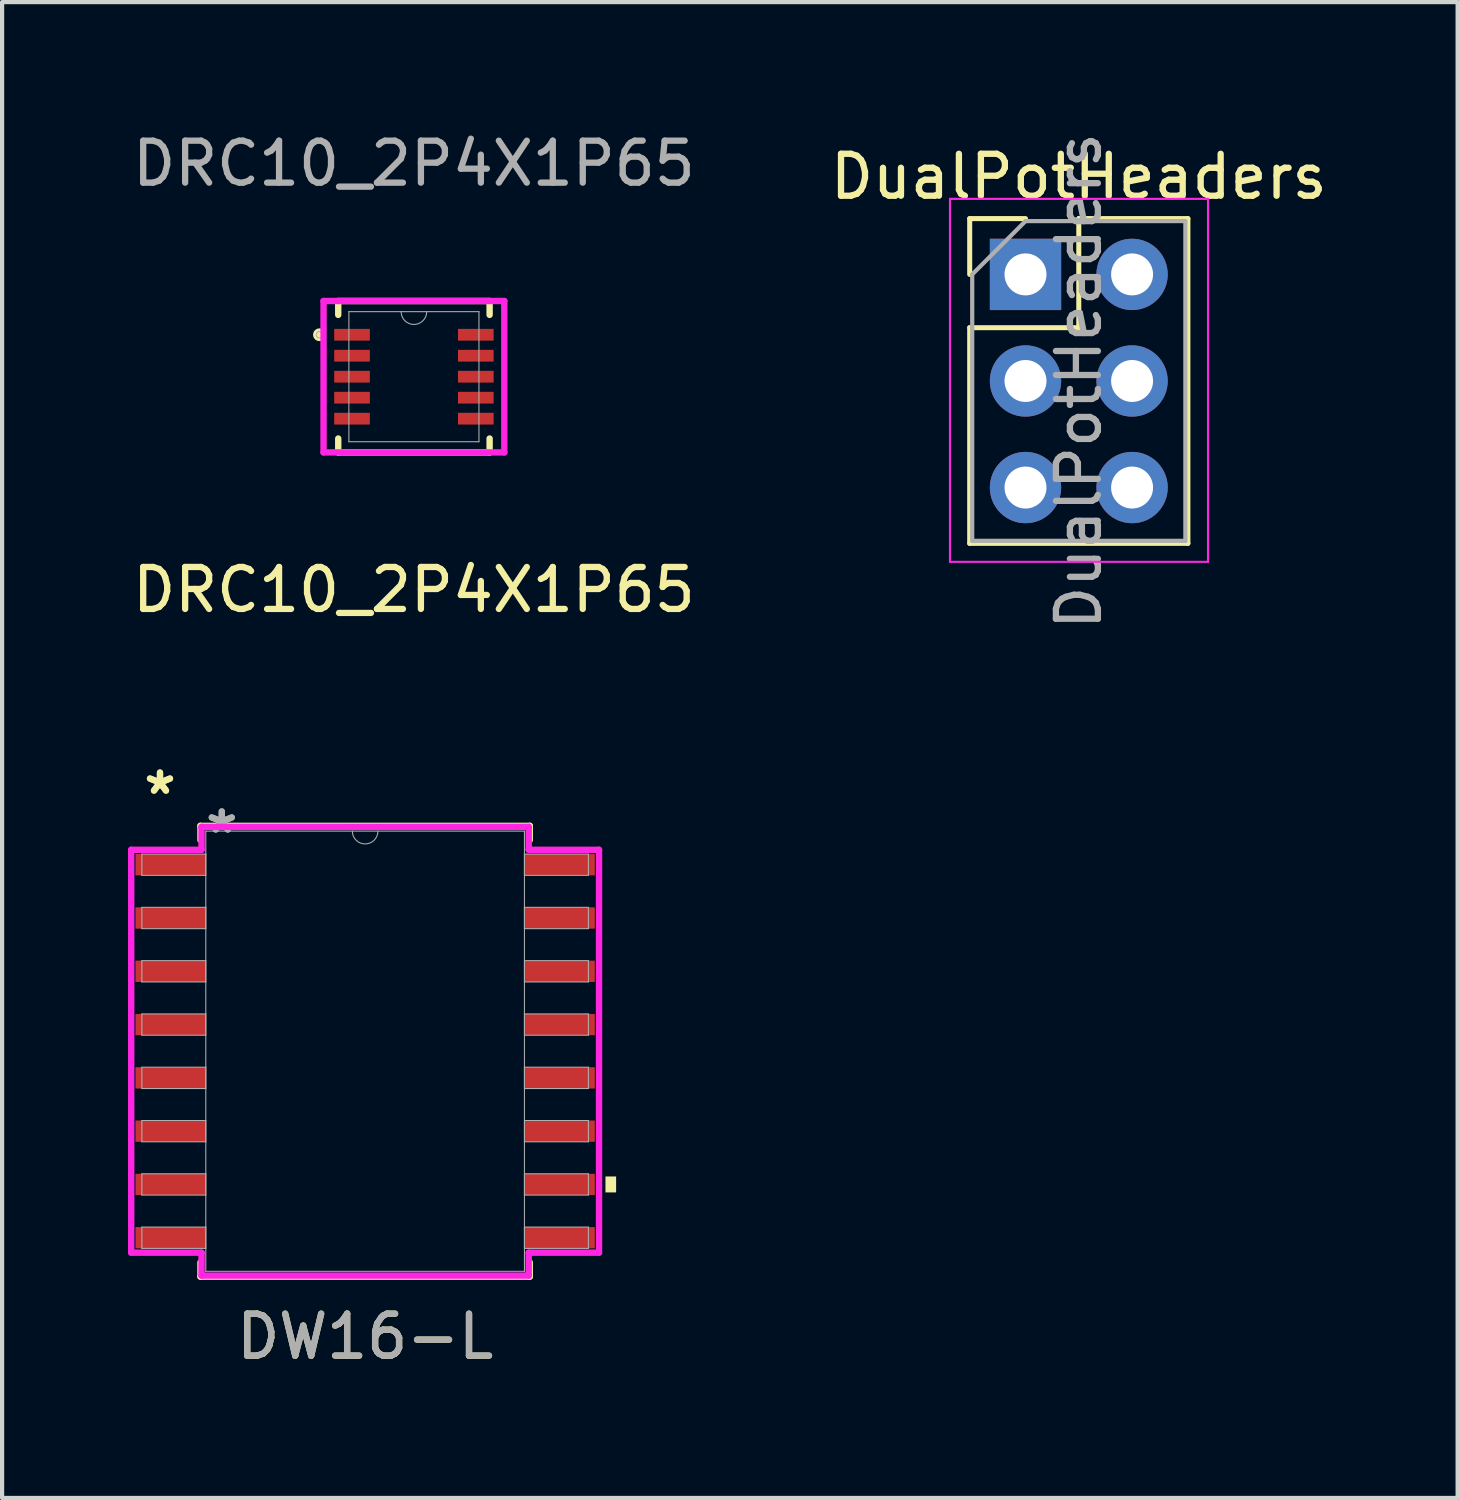
<source format=kicad_pcb>
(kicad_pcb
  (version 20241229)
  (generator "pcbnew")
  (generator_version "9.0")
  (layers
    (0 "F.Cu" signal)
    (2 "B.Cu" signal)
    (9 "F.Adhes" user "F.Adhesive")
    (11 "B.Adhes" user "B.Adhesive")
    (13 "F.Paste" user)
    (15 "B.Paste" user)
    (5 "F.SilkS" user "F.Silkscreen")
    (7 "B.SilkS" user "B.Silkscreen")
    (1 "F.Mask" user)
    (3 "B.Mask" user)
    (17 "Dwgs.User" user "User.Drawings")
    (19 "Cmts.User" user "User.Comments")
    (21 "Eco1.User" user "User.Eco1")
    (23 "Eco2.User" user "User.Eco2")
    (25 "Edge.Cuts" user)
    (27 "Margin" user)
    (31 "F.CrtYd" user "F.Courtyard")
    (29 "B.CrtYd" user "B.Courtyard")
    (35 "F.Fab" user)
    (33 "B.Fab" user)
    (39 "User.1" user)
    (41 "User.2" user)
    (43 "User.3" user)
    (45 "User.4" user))
  (footprint "DW16-L"
    (layer "F.Cu")
    (at 5.652 22.004)
    (property "Reference" "DW16-L" (at 0 6.8 0) (unlocked yes) (layer "F.SilkS") (effects (font (size 1 1) (thickness 0.15))))
    (attr smd)
    (fp_line (start -3.924 -5.372) (end -3.924 -5.032) (stroke (width 0.152) (type solid)) (layer "F.SilkS"))
    (fp_line (start -3.924 5.032) (end -3.924 5.372) (stroke (width 0.152) (type solid)) (layer "F.SilkS"))
    (fp_line (start -3.924 5.372) (end 3.924 5.372) (stroke (width 0.152) (type solid)) (layer "F.SilkS"))
    (fp_line (start 3.924 -5.372) (end -3.924 -5.372) (stroke (width 0.152) (type solid)) (layer "F.SilkS"))
    (fp_line (start 3.924 -5.032) (end 3.924 -5.372) (stroke (width 0.152) (type solid)) (layer "F.SilkS"))
    (fp_line (start 3.924 5.372) (end 3.924 5.032) (stroke (width 0.152) (type solid)) (layer "F.SilkS"))
    (fp_poly (pts (xy 5.982 2.985) (xy 5.982 3.365) (xy 5.728 3.365) (xy 5.728 2.985)) (stroke (width 0) (type solid)) (fill yes) (layer "F.SilkS"))
    (fp_line (start -5.575 -4.801) (end -3.899 -4.801) (stroke (width 0.152) (type solid)) (layer "F.CrtYd"))
    (fp_line (start -5.575 4.801) (end -5.575 -4.801) (stroke (width 0.152) (type solid)) (layer "F.CrtYd"))
    (fp_line (start -5.575 4.801) (end -3.899 4.801) (stroke (width 0.152) (type solid)) (layer "F.CrtYd"))
    (fp_line (start -3.899 -5.347) (end 3.899 -5.347) (stroke (width 0.152) (type solid)) (layer "F.CrtYd"))
    (fp_line (start -3.899 -4.801) (end -3.899 -5.347) (stroke (width 0.152) (type solid)) (layer "F.CrtYd"))
    (fp_line (start -3.899 5.347) (end -3.899 4.801) (stroke (width 0.152) (type solid)) (layer "F.CrtYd"))
    (fp_line (start 3.899 -5.347) (end 3.899 -4.801) (stroke (width 0.152) (type solid)) (layer "F.CrtYd"))
    (fp_line (start 3.899 4.801) (end 3.899 5.347) (stroke (width 0.152) (type solid)) (layer "F.CrtYd"))
    (fp_line (start 3.899 5.347) (end -3.899 5.347) (stroke (width 0.152) (type solid)) (layer "F.CrtYd"))
    (fp_line (start 5.575 -4.801) (end 3.899 -4.801) (stroke (width 0.152) (type solid)) (layer "F.CrtYd"))
    (fp_line (start 5.575 -4.801) (end 5.575 4.801) (stroke (width 0.152) (type solid)) (layer "F.CrtYd"))
    (fp_line (start 5.575 4.801) (end 3.899 4.801) (stroke (width 0.152) (type solid)) (layer "F.CrtYd"))
    (fp_line (start -5.321 -4.699) (end -5.321 -4.191) (stroke (width 0.025) (type solid)) (layer "F.Fab"))
    (fp_line (start -5.321 -4.191) (end -3.797 -4.191) (stroke (width 0.025) (type solid)) (layer "F.Fab"))
    (fp_line (start -5.321 -3.429) (end -5.321 -2.921) (stroke (width 0.025) (type solid)) (layer "F.Fab"))
    (fp_line (start -5.321 -2.921) (end -3.797 -2.921) (stroke (width 0.025) (type solid)) (layer "F.Fab"))
    (fp_line (start -5.321 -2.159) (end -5.321 -1.651) (stroke (width 0.025) (type solid)) (layer "F.Fab"))
    (fp_line (start -5.321 -1.651) (end -3.797 -1.651) (stroke (width 0.025) (type solid)) (layer "F.Fab"))
    (fp_line (start -5.321 -0.889) (end -5.321 -0.381) (stroke (width 0.025) (type solid)) (layer "F.Fab"))
    (fp_line (start -5.321 -0.381) (end -3.797 -0.381) (stroke (width 0.025) (type solid)) (layer "F.Fab"))
    (fp_line (start -5.321 0.381) (end -5.321 0.889) (stroke (width 0.025) (type solid)) (layer "F.Fab"))
    (fp_line (start -5.321 0.889) (end -3.797 0.889) (stroke (width 0.025) (type solid)) (layer "F.Fab"))
    (fp_line (start -5.321 1.651) (end -5.321 2.159) (stroke (width 0.025) (type solid)) (layer "F.Fab"))
    (fp_line (start -5.321 2.159) (end -3.797 2.159) (stroke (width 0.025) (type solid)) (layer "F.Fab"))
    (fp_line (start -5.321 2.921) (end -5.321 3.429) (stroke (width 0.025) (type solid)) (layer "F.Fab"))
    (fp_line (start -5.321 3.429) (end -3.797 3.429) (stroke (width 0.025) (type solid)) (layer "F.Fab"))
    (fp_line (start -5.321 4.191) (end -5.321 4.699) (stroke (width 0.025) (type solid)) (layer "F.Fab"))
    (fp_line (start -5.321 4.699) (end -3.797 4.699) (stroke (width 0.025) (type solid)) (layer "F.Fab"))
    (fp_line (start -3.797 -5.245) (end -3.797 5.245) (stroke (width 0.025) (type solid)) (layer "F.Fab"))
    (fp_line (start -3.797 -4.699) (end -5.321 -4.699) (stroke (width 0.025) (type solid)) (layer "F.Fab"))
    (fp_line (start -3.797 -4.191) (end -3.797 -4.699) (stroke (width 0.025) (type solid)) (layer "F.Fab"))
    (fp_line (start -3.797 -3.429) (end -5.321 -3.429) (stroke (width 0.025) (type solid)) (layer "F.Fab"))
    (fp_line (start -3.797 -2.921) (end -3.797 -3.429) (stroke (width 0.025) (type solid)) (layer "F.Fab"))
    (fp_line (start -3.797 -2.159) (end -5.321 -2.159) (stroke (width 0.025) (type solid)) (layer "F.Fab"))
    (fp_line (start -3.797 -1.651) (end -3.797 -2.159) (stroke (width 0.025) (type solid)) (layer "F.Fab"))
    (fp_line (start -3.797 -0.889) (end -5.321 -0.889) (stroke (width 0.025) (type solid)) (layer "F.Fab"))
    (fp_line (start -3.797 -0.381) (end -3.797 -0.889) (stroke (width 0.025) (type solid)) (layer "F.Fab"))
    (fp_line (start -3.797 0.381) (end -5.321 0.381) (stroke (width 0.025) (type solid)) (layer "F.Fab"))
    (fp_line (start -3.797 0.889) (end -3.797 0.381) (stroke (width 0.025) (type solid)) (layer "F.Fab"))
    (fp_line (start -3.797 1.651) (end -5.321 1.651) (stroke (width 0.025) (type solid)) (layer "F.Fab"))
    (fp_line (start -3.797 2.159) (end -3.797 1.651) (stroke (width 0.025) (type solid)) (layer "F.Fab"))
    (fp_line (start -3.797 2.921) (end -5.321 2.921) (stroke (width 0.025) (type solid)) (layer "F.Fab"))
    (fp_line (start -3.797 3.429) (end -3.797 2.921) (stroke (width 0.025) (type solid)) (layer "F.Fab"))
    (fp_line (start -3.797 4.191) (end -5.321 4.191) (stroke (width 0.025) (type solid)) (layer "F.Fab"))
    (fp_line (start -3.797 4.699) (end -3.797 4.191) (stroke (width 0.025) (type solid)) (layer "F.Fab"))
    (fp_line (start -3.797 5.245) (end 3.797 5.245) (stroke (width 0.025) (type solid)) (layer "F.Fab"))
    (fp_line (start 3.797 -5.245) (end -3.797 -5.245) (stroke (width 0.025) (type solid)) (layer "F.Fab"))
    (fp_line (start 3.797 -4.699) (end 3.797 -4.191) (stroke (width 0.025) (type solid)) (layer "F.Fab"))
    (fp_line (start 3.797 -4.191) (end 5.321 -4.191) (stroke (width 0.025) (type solid)) (layer "F.Fab"))
    (fp_line (start 3.797 -3.429) (end 3.797 -2.921) (stroke (width 0.025) (type solid)) (layer "F.Fab"))
    (fp_line (start 3.797 -2.921) (end 5.321 -2.921) (stroke (width 0.025) (type solid)) (layer "F.Fab"))
    (fp_line (start 3.797 -2.159) (end 3.797 -1.651) (stroke (width 0.025) (type solid)) (layer "F.Fab"))
    (fp_line (start 3.797 -1.651) (end 5.321 -1.651) (stroke (width 0.025) (type solid)) (layer "F.Fab"))
    (fp_line (start 3.797 -0.889) (end 3.797 -0.381) (stroke (width 0.025) (type solid)) (layer "F.Fab"))
    (fp_line (start 3.797 -0.381) (end 5.321 -0.381) (stroke (width 0.025) (type solid)) (layer "F.Fab"))
    (fp_line (start 3.797 0.381) (end 3.797 0.889) (stroke (width 0.025) (type solid)) (layer "F.Fab"))
    (fp_line (start 3.797 0.889) (end 5.321 0.889) (stroke (width 0.025) (type solid)) (layer "F.Fab"))
    (fp_line (start 3.797 1.651) (end 3.797 2.159) (stroke (width 0.025) (type solid)) (layer "F.Fab"))
    (fp_line (start 3.797 2.159) (end 5.321 2.159) (stroke (width 0.025) (type solid)) (layer "F.Fab"))
    (fp_line (start 3.797 2.921) (end 3.797 3.429) (stroke (width 0.025) (type solid)) (layer "F.Fab"))
    (fp_line (start 3.797 3.429) (end 5.321 3.429) (stroke (width 0.025) (type solid)) (layer "F.Fab"))
    (fp_line (start 3.797 4.191) (end 3.797 4.699) (stroke (width 0.025) (type solid)) (layer "F.Fab"))
    (fp_line (start 3.797 4.699) (end 5.321 4.699) (stroke (width 0.025) (type solid)) (layer "F.Fab"))
    (fp_line (start 3.797 5.245) (end 3.797 -5.245) (stroke (width 0.025) (type solid)) (layer "F.Fab"))
    (fp_line (start 5.321 -4.699) (end 3.797 -4.699) (stroke (width 0.025) (type solid)) (layer "F.Fab"))
    (fp_line (start 5.321 -4.191) (end 5.321 -4.699) (stroke (width 0.025) (type solid)) (layer "F.Fab"))
    (fp_line (start 5.321 -3.429) (end 3.797 -3.429) (stroke (width 0.025) (type solid)) (layer "F.Fab"))
    (fp_line (start 5.321 -2.921) (end 5.321 -3.429) (stroke (width 0.025) (type solid)) (layer "F.Fab"))
    (fp_line (start 5.321 -2.159) (end 3.797 -2.159) (stroke (width 0.025) (type solid)) (layer "F.Fab"))
    (fp_line (start 5.321 -1.651) (end 5.321 -2.159) (stroke (width 0.025) (type solid)) (layer "F.Fab"))
    (fp_line (start 5.321 -0.889) (end 3.797 -0.889) (stroke (width 0.025) (type solid)) (layer "F.Fab"))
    (fp_line (start 5.321 -0.381) (end 5.321 -0.889) (stroke (width 0.025) (type solid)) (layer "F.Fab"))
    (fp_line (start 5.321 0.381) (end 3.797 0.381) (stroke (width 0.025) (type solid)) (layer "F.Fab"))
    (fp_line (start 5.321 0.889) (end 5.321 0.381) (stroke (width 0.025) (type solid)) (layer "F.Fab"))
    (fp_line (start 5.321 1.651) (end 3.797 1.651) (stroke (width 0.025) (type solid)) (layer "F.Fab"))
    (fp_line (start 5.321 2.159) (end 5.321 1.651) (stroke (width 0.025) (type solid)) (layer "F.Fab"))
    (fp_line (start 5.321 2.921) (end 3.797 2.921) (stroke (width 0.025) (type solid)) (layer "F.Fab"))
    (fp_line (start 5.321 3.429) (end 5.321 2.921) (stroke (width 0.025) (type solid)) (layer "F.Fab"))
    (fp_line (start 5.321 4.191) (end 3.797 4.191) (stroke (width 0.025) (type solid)) (layer "F.Fab"))
    (fp_line (start 5.321 4.699) (end 5.321 4.191) (stroke (width 0.025) (type solid)) (layer "F.Fab"))
    (fp_arc (start 0.3048 -5.2451) (mid 0 -4.9403) (end -0.3048 -5.2451) (stroke (width 0.0254) (type solid)) (layer "F.Fab"))
    (fp_text user "*" (at -4.889 -6.096 0) (unlocked yes) (layer "F.SilkS") (effects (font (size 1 1) (thickness 0.15))))
    (fp_text user "*" (at -4.889 -6.096 0) (layer "F.SilkS") (effects (font (size 1 1) (thickness 0.15))))
    (fp_text user "*" (at -3.416 -5.169 0) (layer "F.Fab") (effects (font (size 1 1) (thickness 0.15))))
    (fp_text user "${REFERENCE}" (at 0 6.8 0) (unlocked yes) (layer "F.Fab") (effects (font (size 1 1) (thickness 0.15))))
    (fp_text user "*" (at -3.416 -5.169 0) (unlocked yes) (layer "F.Fab") (effects (font (size 1 1) (thickness 0.15))))
    (pad "1" smd rect (at -4.636 -4.445) (size 1.676 0.508) (layers "F.Cu" "F.Mask" "F.Paste"))
    (pad "2" smd rect (at -4.636 -3.175) (size 1.676 0.508) (layers "F.Cu" "F.Mask" "F.Paste"))
    (pad "3" smd rect (at -4.636 -1.905) (size 1.676 0.508) (layers "F.Cu" "F.Mask" "F.Paste"))
    (pad "4" smd rect (at -4.636 -0.635) (size 1.676 0.508) (layers "F.Cu" "F.Mask" "F.Paste"))
    (pad "5" smd rect (at -4.636 0.635) (size 1.676 0.508) (layers "F.Cu" "F.Mask" "F.Paste"))
    (pad "6" smd rect (at -4.636 1.905) (size 1.676 0.508) (layers "F.Cu" "F.Mask" "F.Paste"))
    (pad "7" smd rect (at -4.636 3.175) (size 1.676 0.508) (layers "F.Cu" "F.Mask" "F.Paste"))
    (pad "8" smd rect (at -4.636 4.445) (size 1.676 0.508) (layers "F.Cu" "F.Mask" "F.Paste"))
    (pad "9" smd rect (at 4.636 4.445) (size 1.676 0.508) (layers "F.Cu" "F.Mask" "F.Paste"))
    (pad "10" smd rect (at 4.636 3.175) (size 1.676 0.508) (layers "F.Cu" "F.Mask" "F.Paste"))
    (pad "11" smd rect (at 4.636 1.905) (size 1.676 0.508) (layers "F.Cu" "F.Mask" "F.Paste"))
    (pad "12" smd rect (at 4.636 0.635) (size 1.676 0.508) (layers "F.Cu" "F.Mask" "F.Paste"))
    (pad "13" smd rect (at 4.636 -0.635) (size 1.676 0.508) (layers "F.Cu" "F.Mask" "F.Paste"))
    (pad "14" smd rect (at 4.636 -1.905) (size 1.676 0.508) (layers "F.Cu" "F.Mask" "F.Paste"))
    (pad "15" smd rect (at 4.636 -3.175) (size 1.676 0.508) (layers "F.Cu" "F.Mask" "F.Paste"))
    (pad "16" smd rect (at 4.636 -4.445) (size 1.676 0.508) (layers "F.Cu" "F.Mask" "F.Paste")))
  (footprint "DualPotHeaders"
    (layer "F.Cu")
    (at 21.391 3.49)
    (property "Reference" "DualPotHeaders" (at 1.27 -2.33 0) (layer "F.SilkS") (effects (font (size 1 1) (thickness 0.15))))
    (attr through_hole)
    (fp_line (start -1.33 -1.33) (end 0 -1.33) (stroke (width 0.12) (type solid)) (layer "F.SilkS"))
    (fp_line (start -1.33 0) (end -1.33 -1.33) (stroke (width 0.12) (type solid)) (layer "F.SilkS"))
    (fp_line (start -1.33 1.27) (end -1.33 6.41) (stroke (width 0.12) (type solid)) (layer "F.SilkS"))
    (fp_line (start -1.33 1.27) (end 1.27 1.27) (stroke (width 0.12) (type solid)) (layer "F.SilkS"))
    (fp_line (start -1.33 6.41) (end 3.87 6.41) (stroke (width 0.12) (type solid)) (layer "F.SilkS"))
    (fp_line (start 1.27 -1.33) (end 3.87 -1.33) (stroke (width 0.12) (type solid)) (layer "F.SilkS"))
    (fp_line (start 1.27 1.27) (end 1.27 -1.33) (stroke (width 0.12) (type solid)) (layer "F.SilkS"))
    (fp_line (start 3.87 -1.33) (end 3.87 6.41) (stroke (width 0.12) (type solid)) (layer "F.SilkS"))
    (fp_line (start -1.8 -1.8) (end -1.8 6.85) (stroke (width 0.05) (type solid)) (layer "F.CrtYd"))
    (fp_line (start -1.8 6.85) (end 4.35 6.85) (stroke (width 0.05) (type solid)) (layer "F.CrtYd"))
    (fp_line (start 4.35 -1.8) (end -1.8 -1.8) (stroke (width 0.05) (type solid)) (layer "F.CrtYd"))
    (fp_line (start 4.35 6.85) (end 4.35 -1.8) (stroke (width 0.05) (type solid)) (layer "F.CrtYd"))
    (fp_line (start -1.27 0) (end 0 -1.27) (stroke (width 0.1) (type solid)) (layer "F.Fab"))
    (fp_line (start -1.27 6.35) (end -1.27 0) (stroke (width 0.1) (type solid)) (layer "F.Fab"))
    (fp_line (start 0 -1.27) (end 3.81 -1.27) (stroke (width 0.1) (type solid)) (layer "F.Fab"))
    (fp_line (start 3.81 -1.27) (end 3.81 6.35) (stroke (width 0.1) (type solid)) (layer "F.Fab"))
    (fp_line (start 3.81 6.35) (end -1.27 6.35) (stroke (width 0.1) (type solid)) (layer "F.Fab"))
    (fp_text user "${REFERENCE}" (at 1.27 2.54 90) (layer "F.Fab") (effects (font (size 1 1) (thickness 0.15))))
    (pad "1" thru_hole rect (at 0 0) (size 1.7 1.7) (drill 1) (layers "*.Cu" "*.Mask"))
    (pad "2" thru_hole oval (at 0 2.54) (size 1.7 1.7) (drill 1) (layers "*.Cu" "*.Mask"))
    (pad "3" thru_hole oval (at 0 5.08) (size 1.7 1.7) (drill 1) (layers "*.Cu" "*.Mask"))
    (pad "4" thru_hole oval (at 2.54 0) (size 1.7 1.7) (drill 1) (layers "*.Cu" "*.Mask"))
    (pad "5" thru_hole oval (at 2.54 2.54) (size 1.7 1.7) (drill 1) (layers "*.Cu" "*.Mask"))
    (pad "6" thru_hole oval (at 2.54 5.08) (size 1.7 1.7) (drill 1) (layers "*.Cu" "*.Mask")))
  (footprint "DRC10_2P4X1P65"
    (layer "F.Cu")
    (at 6.815 5.928)
    (property "Reference" "DRC10_2P4X1P65" (at 0 5.08 0) (unlocked yes) (layer "F.SilkS") (effects (font (size 1 1) (thickness 0.15))))
    (attr smd)
    (fp_poly (pts (xy -1.935 -1.175) (xy -1.935 -0.825) (xy -1.015 -0.825) (xy -1.015 -1.175)) (stroke (width 0) (type solid)) (fill yes) (layer "F.Mask"))
    (fp_poly (pts (xy -1.935 -0.675) (xy -1.935 -0.325) (xy -1.015 -0.325) (xy -1.015 -0.675)) (stroke (width 0) (type solid)) (fill yes) (layer "F.Mask"))
    (fp_poly (pts (xy -1.935 -0.175) (xy -1.935 0.175) (xy -1.015 0.175) (xy -1.015 -0.175)) (stroke (width 0) (type solid)) (fill yes) (layer "F.Mask"))
    (fp_poly (pts (xy -1.935 0.325) (xy -1.935 0.675) (xy -1.015 0.675) (xy -1.015 0.325)) (stroke (width 0) (type solid)) (fill yes) (layer "F.Mask"))
    (fp_poly (pts (xy -1.935 0.825) (xy -1.935 1.175) (xy -1.015 1.175) (xy -1.015 0.825)) (stroke (width 0) (type solid)) (fill yes) (layer "F.Mask"))
    (fp_poly (pts (xy 1.015 -1.175) (xy 1.015 -0.825) (xy 1.935 -0.825) (xy 1.935 -1.175)) (stroke (width 0) (type solid)) (fill yes) (layer "F.Mask"))
    (fp_poly (pts (xy 1.015 -0.675) (xy 1.015 -0.325) (xy 1.935 -0.325) (xy 1.935 -0.675)) (stroke (width 0) (type solid)) (fill yes) (layer "F.Mask"))
    (fp_poly (pts (xy 1.015 -0.175) (xy 1.015 0.175) (xy 1.935 0.175) (xy 1.935 -0.175)) (stroke (width 0) (type solid)) (fill yes) (layer "F.Mask"))
    (fp_poly (pts (xy 1.015 0.325) (xy 1.015 0.675) (xy 1.935 0.675) (xy 1.935 0.325)) (stroke (width 0) (type solid)) (fill yes) (layer "F.Mask"))
    (fp_poly (pts (xy 1.015 0.825) (xy 1.015 1.175) (xy 1.935 1.175) (xy 1.935 0.825)) (stroke (width 0) (type solid)) (fill yes) (layer "F.Mask"))
    (fp_line (start -1.804 -1.804) (end -1.804 -1.473) (stroke (width 0.152) (type solid)) (layer "F.SilkS"))
    (fp_line (start -1.804 1.473) (end -1.804 1.804) (stroke (width 0.152) (type solid)) (layer "F.SilkS"))
    (fp_line (start -1.804 1.804) (end 1.804 1.804) (stroke (width 0.152) (type solid)) (layer "F.SilkS"))
    (fp_line (start 1.804 -1.804) (end -1.804 -1.804) (stroke (width 0.152) (type solid)) (layer "F.SilkS"))
    (fp_line (start 1.804 -1.473) (end 1.804 -1.804) (stroke (width 0.152) (type solid)) (layer "F.SilkS"))
    (fp_line (start 1.804 1.804) (end 1.804 1.473) (stroke (width 0.152) (type solid)) (layer "F.SilkS"))
    (fp_arc (start -2.232741 -0.926171) (mid -2.3278 -1) (end -2.232741 -1.073829) (stroke (width 0.1524) (type solid)) (layer "F.SilkS"))
    (fp_poly (pts (xy -1.865 -1.105) (xy -1.865 -0.895) (xy -1.085 -0.895) (xy -1.085 -1.105)) (stroke (width 0) (type solid)) (fill yes) (layer "F.Paste"))
    (fp_poly (pts (xy -1.865 -0.605) (xy -1.865 -0.395) (xy -1.085 -0.395) (xy -1.085 -0.605)) (stroke (width 0) (type solid)) (fill yes) (layer "F.Paste"))
    (fp_poly (pts (xy -1.865 -0.105) (xy -1.865 0.105) (xy -1.085 0.105) (xy -1.085 -0.105)) (stroke (width 0) (type solid)) (fill yes) (layer "F.Paste"))
    (fp_poly (pts (xy -1.865 0.395) (xy -1.865 0.605) (xy -1.085 0.605) (xy -1.085 0.395)) (stroke (width 0) (type solid)) (fill yes) (layer "F.Paste"))
    (fp_poly (pts (xy -1.865 0.895) (xy -1.865 1.105) (xy -1.085 1.105) (xy -1.085 0.895)) (stroke (width 0) (type solid)) (fill yes) (layer "F.Paste"))
    (fp_poly (pts (xy 1.085 -1.105) (xy 1.085 -0.895) (xy 1.865 -0.895) (xy 1.865 -1.105)) (stroke (width 0) (type solid)) (fill yes) (layer "F.Paste"))
    (fp_poly (pts (xy 1.085 -0.605) (xy 1.085 -0.395) (xy 1.865 -0.395) (xy 1.865 -0.605)) (stroke (width 0) (type solid)) (fill yes) (layer "F.Paste"))
    (fp_poly (pts (xy 1.085 -0.105) (xy 1.085 0.105) (xy 1.865 0.105) (xy 1.865 -0.105)) (stroke (width 0) (type solid)) (fill yes) (layer "F.Paste"))
    (fp_poly (pts (xy 1.085 0.395) (xy 1.085 0.605) (xy 1.865 0.605) (xy 1.865 0.395)) (stroke (width 0) (type solid)) (fill yes) (layer "F.Paste"))
    (fp_poly (pts (xy 1.085 0.895) (xy 1.085 1.105) (xy 1.865 1.105) (xy 1.865 0.895)) (stroke (width 0) (type solid)) (fill yes) (layer "F.Paste"))
    (fp_line (start -2.154 -1.804) (end 2.154 -1.804) (stroke (width 0.152) (type solid)) (layer "F.CrtYd"))
    (fp_line (start -2.154 1.804) (end -2.154 -1.804) (stroke (width 0.152) (type solid)) (layer "F.CrtYd"))
    (fp_line (start 2.154 -1.804) (end 2.154 1.804) (stroke (width 0.152) (type solid)) (layer "F.CrtYd"))
    (fp_line (start 2.154 1.804) (end -2.154 1.804) (stroke (width 0.152) (type solid)) (layer "F.CrtYd"))
    (fp_line (start -1.55 -1.55) (end -1.55 1.55) (stroke (width 0.025) (type solid)) (layer "F.Fab"))
    (fp_line (start -1.55 1.55) (end 1.55 1.55) (stroke (width 0.025) (type solid)) (layer "F.Fab"))
    (fp_line (start 1.55 -1.55) (end -1.55 -1.55) (stroke (width 0.025) (type solid)) (layer "F.Fab"))
    (fp_line (start 1.55 1.55) (end 1.55 -1.55) (stroke (width 0.025) (type solid)) (layer "F.Fab"))
    (fp_arc (start 0.3048 -1.549999) (mid 0 -1.245199) (end -0.3048 -1.549999) (stroke (width 0.0254) (type solid)) (layer "F.Fab"))
    (fp_circle (center -2.252 -1) (end -2.175 -1) (stroke (width 0.025) (type solid)) (fill no) (layer "F.Fab"))
    (fp_text user "${REFERENCE}" (at 0 -5.08 0) (unlocked yes) (layer "F.Fab") (effects (font (size 1 1) (thickness 0.15))))
    (pad "1" smd rect (at -1.475 -1) (size 0.85 0.28) (layers "F.Cu" "F.Mask"))
    (pad "2" smd rect (at -1.475 -0.5) (size 0.85 0.28) (layers "F.Cu" "F.Mask"))
    (pad "3" smd rect (at -1.475 0) (size 0.85 0.28) (layers "F.Cu" "F.Mask"))
    (pad "4" smd rect (at -1.475 0.5) (size 0.85 0.28) (layers "F.Cu" "F.Mask"))
    (pad "5" smd rect (at -1.475 1) (size 0.85 0.28) (layers "F.Cu" "F.Mask"))
    (pad "6" smd rect (at 1.475 1) (size 0.85 0.28) (layers "F.Cu" "F.Mask"))
    (pad "7" smd rect (at 1.475 0.5) (size 0.85 0.28) (layers "F.Cu" "F.Mask"))
    (pad "8" smd rect (at 1.475 0) (size 0.85 0.28) (layers "F.Cu" "F.Mask"))
    (pad "9" smd rect (at 1.475 -0.5) (size 0.85 0.28) (layers "F.Cu" "F.Mask"))
    (pad "10" smd rect (at 1.475 -1) (size 0.85 0.28) (layers "F.Cu" "F.Mask")))
  (gr_rect
    (start -3 -3)
    (end 31.69 32.652)
    (stroke (width 0.1) (type default))
    (fill no)
    (layer "Edge.Cuts")))
</source>
